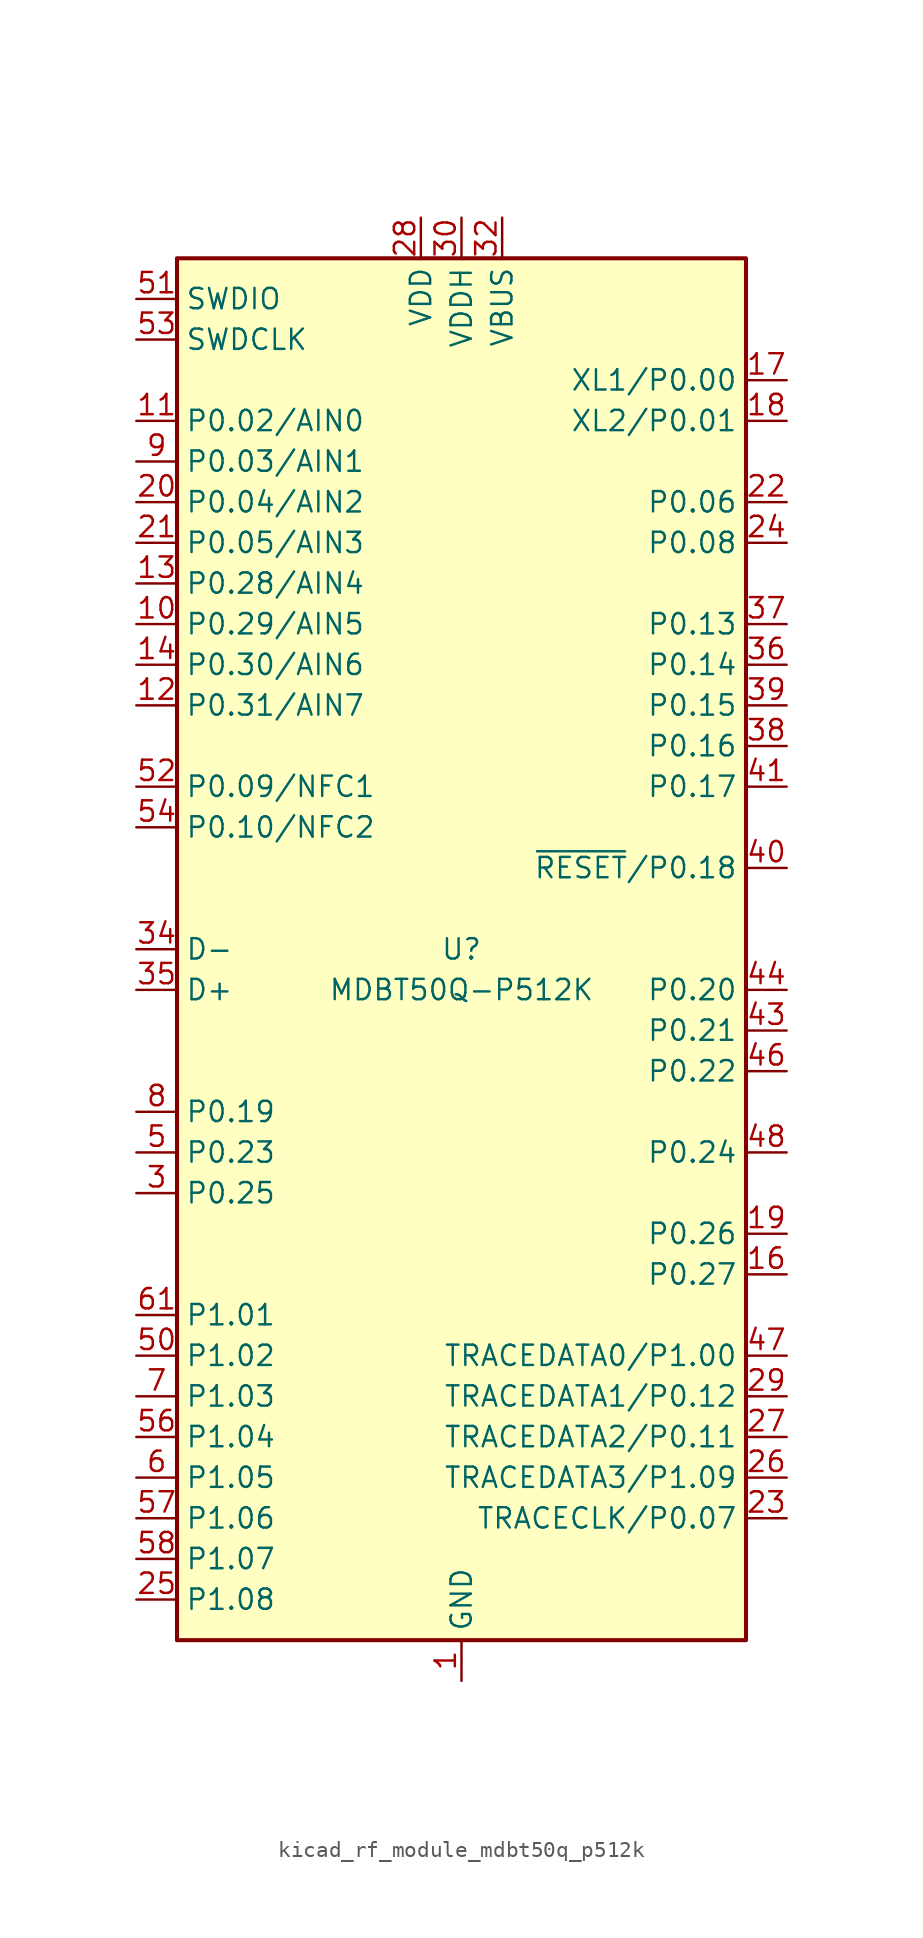
<source format=kicad_sym>
(kicad_symbol_lib
  (version 20220914)
  (generator kicad_symbol_editor)
  (symbol "kicad_rf_module_mdbt50q_p512k"
    (property "Reference" "U"
      (at 0 0 0)
      (effects (font (size 1.27 1.27))))
    (property "Value" "MDBT50Q-P512K"
      (at 0 -2.54 0)
      (effects (font (size 1.27 1.27))))
    (symbol "kicad_rf_module_mdbt50q_p512k_0_1"
      (rectangle (start -17.78 43.18) (end 17.78 -43.18) (stroke (width 0.254) (type default)) (fill (type background))))
    (symbol "kicad_rf_module_mdbt50q_p512k_1_1"
      (pin power_in line (at 0 -45.72 90) (length 2.54) (name "GND" (effects (font (size 1.27 1.27)))) (number "1" (effects (font (size 1.27 1.27)))))
      (pin bidirectional line (at -20.32 20.32 0) (length 2.54) (name "P0.29/AIN5" (effects (font (size 1.27 1.27)))) (number "10" (effects (font (size 1.27 1.27)))))
      (pin bidirectional line (at -20.32 33.02 0) (length 2.54) (name "P0.02/AIN0" (effects (font (size 1.27 1.27)))) (number "11" (effects (font (size 1.27 1.27)))))
      (pin bidirectional line (at -20.32 15.24 0) (length 2.54) (name "P0.31/AIN7" (effects (font (size 1.27 1.27)))) (number "12" (effects (font (size 1.27 1.27)))))
      (pin bidirectional line (at -20.32 22.86 0) (length 2.54) (name "P0.28/AIN4" (effects (font (size 1.27 1.27)))) (number "13" (effects (font (size 1.27 1.27)))))
      (pin bidirectional line (at -20.32 17.78 0) (length 2.54) (name "P0.30/AIN6" (effects (font (size 1.27 1.27)))) (number "14" (effects (font (size 1.27 1.27)))))
      (pin passive line (at 0 -45.72 90) (length 2.54) hide (name "GND" (effects (font (size 1.27 1.27)))) (number "15" (effects (font (size 1.27 1.27)))))
      (pin bidirectional line (at 20.32 -20.32 180) (length 2.54) (name "P0.27" (effects (font (size 1.27 1.27)))) (number "16" (effects (font (size 1.27 1.27)))))
      (pin bidirectional line (at 20.32 35.56 180) (length 2.54) (name "XL1/P0.00" (effects (font (size 1.27 1.27)))) (number "17" (effects (font (size 1.27 1.27)))))
      (pin bidirectional line (at 20.32 33.02 180) (length 2.54) (name "XL2/P0.01" (effects (font (size 1.27 1.27)))) (number "18" (effects (font (size 1.27 1.27)))))
      (pin bidirectional line (at 20.32 -17.78 180) (length 2.54) (name "P0.26" (effects (font (size 1.27 1.27)))) (number "19" (effects (font (size 1.27 1.27)))))
      (pin passive line (at 0 -45.72 90) (length 2.54) hide (name "GND" (effects (font (size 1.27 1.27)))) (number "2" (effects (font (size 1.27 1.27)))))
      (pin bidirectional line (at -20.32 27.94 0) (length 2.54) (name "P0.04/AIN2" (effects (font (size 1.27 1.27)))) (number "20" (effects (font (size 1.27 1.27)))))
      (pin bidirectional line (at -20.32 25.4 0) (length 2.54) (name "P0.05/AIN3" (effects (font (size 1.27 1.27)))) (number "21" (effects (font (size 1.27 1.27)))))
      (pin bidirectional line (at 20.32 27.94 180) (length 2.54) (name "P0.06" (effects (font (size 1.27 1.27)))) (number "22" (effects (font (size 1.27 1.27)))))
      (pin bidirectional line (at 20.32 -35.56 180) (length 2.54) (name "TRACECLK/P0.07" (effects (font (size 1.27 1.27)))) (number "23" (effects (font (size 1.27 1.27)))))
      (pin bidirectional line (at 20.32 25.4 180) (length 2.54) (name "P0.08" (effects (font (size 1.27 1.27)))) (number "24" (effects (font (size 1.27 1.27)))))
      (pin bidirectional line (at -20.32 -40.64 0) (length 2.54) (name "P1.08" (effects (font (size 1.27 1.27)))) (number "25" (effects (font (size 1.27 1.27)))))
      (pin bidirectional line (at 20.32 -33.02 180) (length 2.54) (name "TRACEDATA3/P1.09" (effects (font (size 1.27 1.27)))) (number "26" (effects (font (size 1.27 1.27)))))
      (pin bidirectional line (at 20.32 -30.48 180) (length 2.54) (name "TRACEDATA2/P0.11" (effects (font (size 1.27 1.27)))) (number "27" (effects (font (size 1.27 1.27)))))
      (pin power_in line (at -2.54 45.72 270) (length 2.54) (name "VDD" (effects (font (size 1.27 1.27)))) (number "28" (effects (font (size 1.27 1.27)))))
      (pin bidirectional line (at 20.32 -27.94 180) (length 2.54) (name "TRACEDATA1/P0.12" (effects (font (size 1.27 1.27)))) (number "29" (effects (font (size 1.27 1.27)))))
      (pin bidirectional line (at -20.32 -15.24 0) (length 2.54) (name "P0.25" (effects (font (size 1.27 1.27)))) (number "3" (effects (font (size 1.27 1.27)))))
      (pin power_in line (at 0 45.72 270) (length 2.54) (name "VDDH" (effects (font (size 1.27 1.27)))) (number "30" (effects (font (size 1.27 1.27)))))
      (pin no_connect line (at 5.08 43.18 270) (length 2.54) hide (name "NC" (effects (font (size 1.27 1.27)))) (number "31" (effects (font (size 1.27 1.27)))))
      (pin power_in line (at 2.54 45.72 270) (length 2.54) (name "VBUS" (effects (font (size 1.27 1.27)))) (number "32" (effects (font (size 1.27 1.27)))))
      (pin passive line (at 0 -45.72 90) (length 2.54) hide (name "GND" (effects (font (size 1.27 1.27)))) (number "33" (effects (font (size 1.27 1.27)))))
      (pin bidirectional line (at -20.32 0 0) (length 2.54) (name "D-" (effects (font (size 1.27 1.27)))) (number "34" (effects (font (size 1.27 1.27)))))
      (pin bidirectional line (at -20.32 -2.54 0) (length 2.54) (name "D+" (effects (font (size 1.27 1.27)))) (number "35" (effects (font (size 1.27 1.27)))))
      (pin bidirectional line (at 20.32 17.78 180) (length 2.54) (name "P0.14" (effects (font (size 1.27 1.27)))) (number "36" (effects (font (size 1.27 1.27)))))
      (pin bidirectional line (at 20.32 20.32 180) (length 2.54) (name "P0.13" (effects (font (size 1.27 1.27)))) (number "37" (effects (font (size 1.27 1.27)))))
      (pin bidirectional line (at 20.32 12.7 180) (length 2.54) (name "P0.16" (effects (font (size 1.27 1.27)))) (number "38" (effects (font (size 1.27 1.27)))))
      (pin bidirectional line (at 20.32 15.24 180) (length 2.54) (name "P0.15" (effects (font (size 1.27 1.27)))) (number "39" (effects (font (size 1.27 1.27)))))
      (pin no_connect line (at -17.78 -17.78 0) (length 2.54) hide (name "NC" (effects (font (size 1.27 1.27)))) (number "4" (effects (font (size 1.27 1.27)))))
      (pin bidirectional line (at 20.32 5.08 180) (length 2.54) (name "~{RESET}/P0.18" (effects (font (size 1.27 1.27)))) (number "40" (effects (font (size 1.27 1.27)))))
      (pin bidirectional line (at 20.32 10.16 180) (length 2.54) (name "P0.17" (effects (font (size 1.27 1.27)))) (number "41" (effects (font (size 1.27 1.27)))))
      (pin no_connect line (at 17.78 0 180) (length 2.54) hide (name "P0.19" (effects (font (size 1.27 1.27)))) (number "42" (effects (font (size 1.27 1.27)))))
      (pin bidirectional line (at 20.32 -5.08 180) (length 2.54) (name "P0.21" (effects (font (size 1.27 1.27)))) (number "43" (effects (font (size 1.27 1.27)))))
      (pin bidirectional line (at 20.32 -2.54 180) (length 2.54) (name "P0.20" (effects (font (size 1.27 1.27)))) (number "44" (effects (font (size 1.27 1.27)))))
      (pin no_connect line (at 17.78 -10.16 180) (length 2.54) hide (name "NC" (effects (font (size 1.27 1.27)))) (number "45" (effects (font (size 1.27 1.27)))))
      (pin bidirectional line (at 20.32 -7.62 180) (length 2.54) (name "P0.22" (effects (font (size 1.27 1.27)))) (number "46" (effects (font (size 1.27 1.27)))))
      (pin bidirectional line (at 20.32 -25.4 180) (length 2.54) (name "TRACEDATA0/P1.00" (effects (font (size 1.27 1.27)))) (number "47" (effects (font (size 1.27 1.27)))))
      (pin bidirectional line (at 20.32 -12.7 180) (length 2.54) (name "P0.24" (effects (font (size 1.27 1.27)))) (number "48" (effects (font (size 1.27 1.27)))))
      (pin no_connect line (at 17.78 -15.24 180) (length 2.54) hide (name "NC" (effects (font (size 1.27 1.27)))) (number "49" (effects (font (size 1.27 1.27)))))
      (pin bidirectional line (at -20.32 -12.7 0) (length 2.54) (name "P0.23" (effects (font (size 1.27 1.27)))) (number "5" (effects (font (size 1.27 1.27)))))
      (pin bidirectional line (at -20.32 -25.4 0) (length 2.54) (name "P1.02" (effects (font (size 1.27 1.27)))) (number "50" (effects (font (size 1.27 1.27)))))
      (pin bidirectional line (at -20.32 40.64 0) (length 2.54) (name "SWDIO" (effects (font (size 1.27 1.27)))) (number "51" (effects (font (size 1.27 1.27)))))
      (pin bidirectional line (at -20.32 10.16 0) (length 2.54) (name "P0.09/NFC1" (effects (font (size 1.27 1.27)))) (number "52" (effects (font (size 1.27 1.27)))))
      (pin input line (at -20.32 38.1 0) (length 2.54) (name "SWDCLK" (effects (font (size 1.27 1.27)))) (number "53" (effects (font (size 1.27 1.27)))))
      (pin bidirectional line (at -20.32 7.62 0) (length 2.54) (name "P0.10/NFC2" (effects (font (size 1.27 1.27)))) (number "54" (effects (font (size 1.27 1.27)))))
      (pin passive line (at 0 -45.72 90) (length 2.54) hide (name "GND" (effects (font (size 1.27 1.27)))) (number "55" (effects (font (size 1.27 1.27)))))
      (pin bidirectional line (at -20.32 -30.48 0) (length 2.54) (name "P1.04" (effects (font (size 1.27 1.27)))) (number "56" (effects (font (size 1.27 1.27)))))
      (pin bidirectional line (at -20.32 -35.56 0) (length 2.54) (name "P1.06" (effects (font (size 1.27 1.27)))) (number "57" (effects (font (size 1.27 1.27)))))
      (pin bidirectional line (at -20.32 -38.1 0) (length 2.54) (name "P1.07" (effects (font (size 1.27 1.27)))) (number "58" (effects (font (size 1.27 1.27)))))
      (pin no_connect line (at 17.78 38.1 180) (length 2.54) hide (name "NC" (effects (font (size 1.27 1.27)))) (number "59" (effects (font (size 1.27 1.27)))))
      (pin bidirectional line (at -20.32 -33.02 0) (length 2.54) (name "P1.05" (effects (font (size 1.27 1.27)))) (number "6" (effects (font (size 1.27 1.27)))))
      (pin no_connect line (at 17.78 40.64 180) (length 2.54) hide (name "NC" (effects (font (size 1.27 1.27)))) (number "60" (effects (font (size 1.27 1.27)))))
      (pin bidirectional line (at -20.32 -22.86 0) (length 2.54) (name "P1.01" (effects (font (size 1.27 1.27)))) (number "61" (effects (font (size 1.27 1.27)))))
      (pin bidirectional line (at -20.32 -27.94 0) (length 2.54) (name "P1.03" (effects (font (size 1.27 1.27)))) (number "7" (effects (font (size 1.27 1.27)))))
      (pin bidirectional line (at -20.32 -10.16 0) (length 2.54) (name "P0.19" (effects (font (size 1.27 1.27)))) (number "8" (effects (font (size 1.27 1.27)))))
      (pin bidirectional line (at -20.32 30.48 0) (length 2.54) (name "P0.03/AIN1" (effects (font (size 1.27 1.27)))) (number "9" (effects (font (size 1.27 1.27))))))))
</source>
